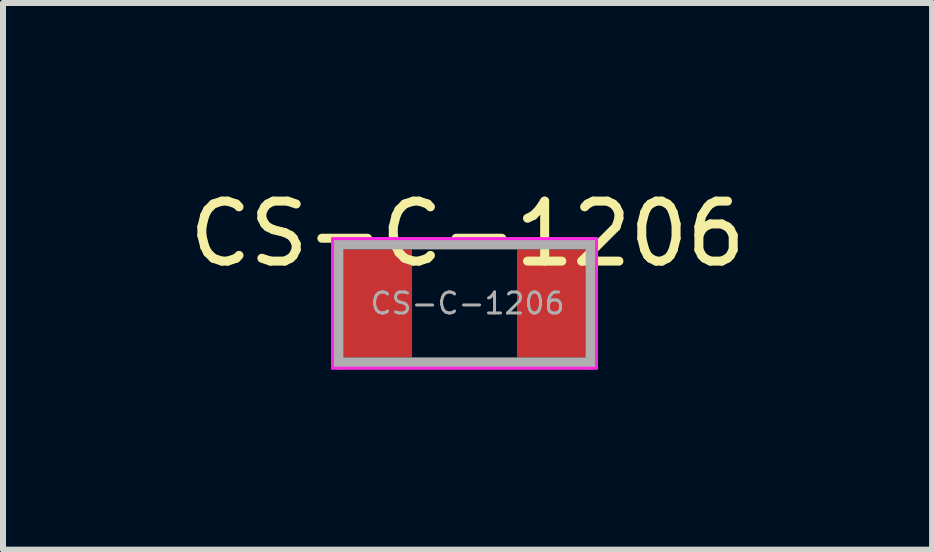
<source format=kicad_pcb>
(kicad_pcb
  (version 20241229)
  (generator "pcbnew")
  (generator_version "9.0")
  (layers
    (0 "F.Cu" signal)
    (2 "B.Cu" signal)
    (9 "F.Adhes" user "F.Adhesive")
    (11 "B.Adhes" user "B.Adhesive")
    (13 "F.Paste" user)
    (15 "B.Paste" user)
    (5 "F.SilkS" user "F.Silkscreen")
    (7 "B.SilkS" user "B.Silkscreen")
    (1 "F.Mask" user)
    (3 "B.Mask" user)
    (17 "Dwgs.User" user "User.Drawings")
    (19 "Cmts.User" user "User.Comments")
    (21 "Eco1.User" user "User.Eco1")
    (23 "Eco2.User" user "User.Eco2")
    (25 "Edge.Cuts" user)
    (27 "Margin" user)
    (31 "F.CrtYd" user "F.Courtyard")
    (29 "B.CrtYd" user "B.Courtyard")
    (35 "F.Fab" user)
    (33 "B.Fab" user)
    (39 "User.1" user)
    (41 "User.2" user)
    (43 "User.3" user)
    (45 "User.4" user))
  (footprint "CS-C-1206"
    (layer "F.Cu")
    (at 4.744 2.008)
    (property "Reference" "CS-C-1206" (at 0 -1.16 0) (layer "F.SilkS") (effects (font (size 1 1) (thickness 0.15))))
    (attr smd)
    (fp_line (start -2.25 -1.08) (end 2.15 -1.08) (stroke (width 0.05) (type solid)) (layer "F.CrtYd"))
    (fp_line (start -2.25 1.08) (end -2.25 -1.08) (stroke (width 0.05) (type solid)) (layer "F.CrtYd"))
    (fp_line (start 2.15 -1.08) (end 2.15 1.08) (stroke (width 0.05) (type solid)) (layer "F.CrtYd"))
    (fp_line (start 2.15 1.08) (end -2.25 1.08) (stroke (width 0.05) (type solid)) (layer "F.CrtYd"))
    (fp_line (start -2.17 -1) (end 2.07 -1) (stroke (width 0.2) (type solid)) (layer "F.Fab"))
    (fp_line (start -2.17 1) (end -2.17 -1) (stroke (width 0.2) (type solid)) (layer "F.Fab"))
    (fp_line (start 2.07 -1) (end 2.07 1) (stroke (width 0.2) (type solid)) (layer "F.Fab"))
    (fp_line (start 2.07 1) (end -2.17 1) (stroke (width 0.2) (type solid)) (layer "F.Fab"))
    (fp_text user "${REFERENCE}" (at 0 0 0) (layer "F.Fab") (effects (font (size 0.35 0.35) (thickness 0.05))))
    (pad "1" smd rect (at -1.5 0) (size 1.15 1.8) (layers "F.Cu" "F.Mask" "F.Paste"))
    (pad "2" smd rect (at 1.4 0) (size 1.15 1.8) (layers "F.Cu" "F.Mask" "F.Paste")))
  (gr_rect
    (start -3 -3)
    (end 12.488 6.113)
    (stroke (width 0.1) (type default))
    (fill no)
    (layer "Edge.Cuts")))
</source>
